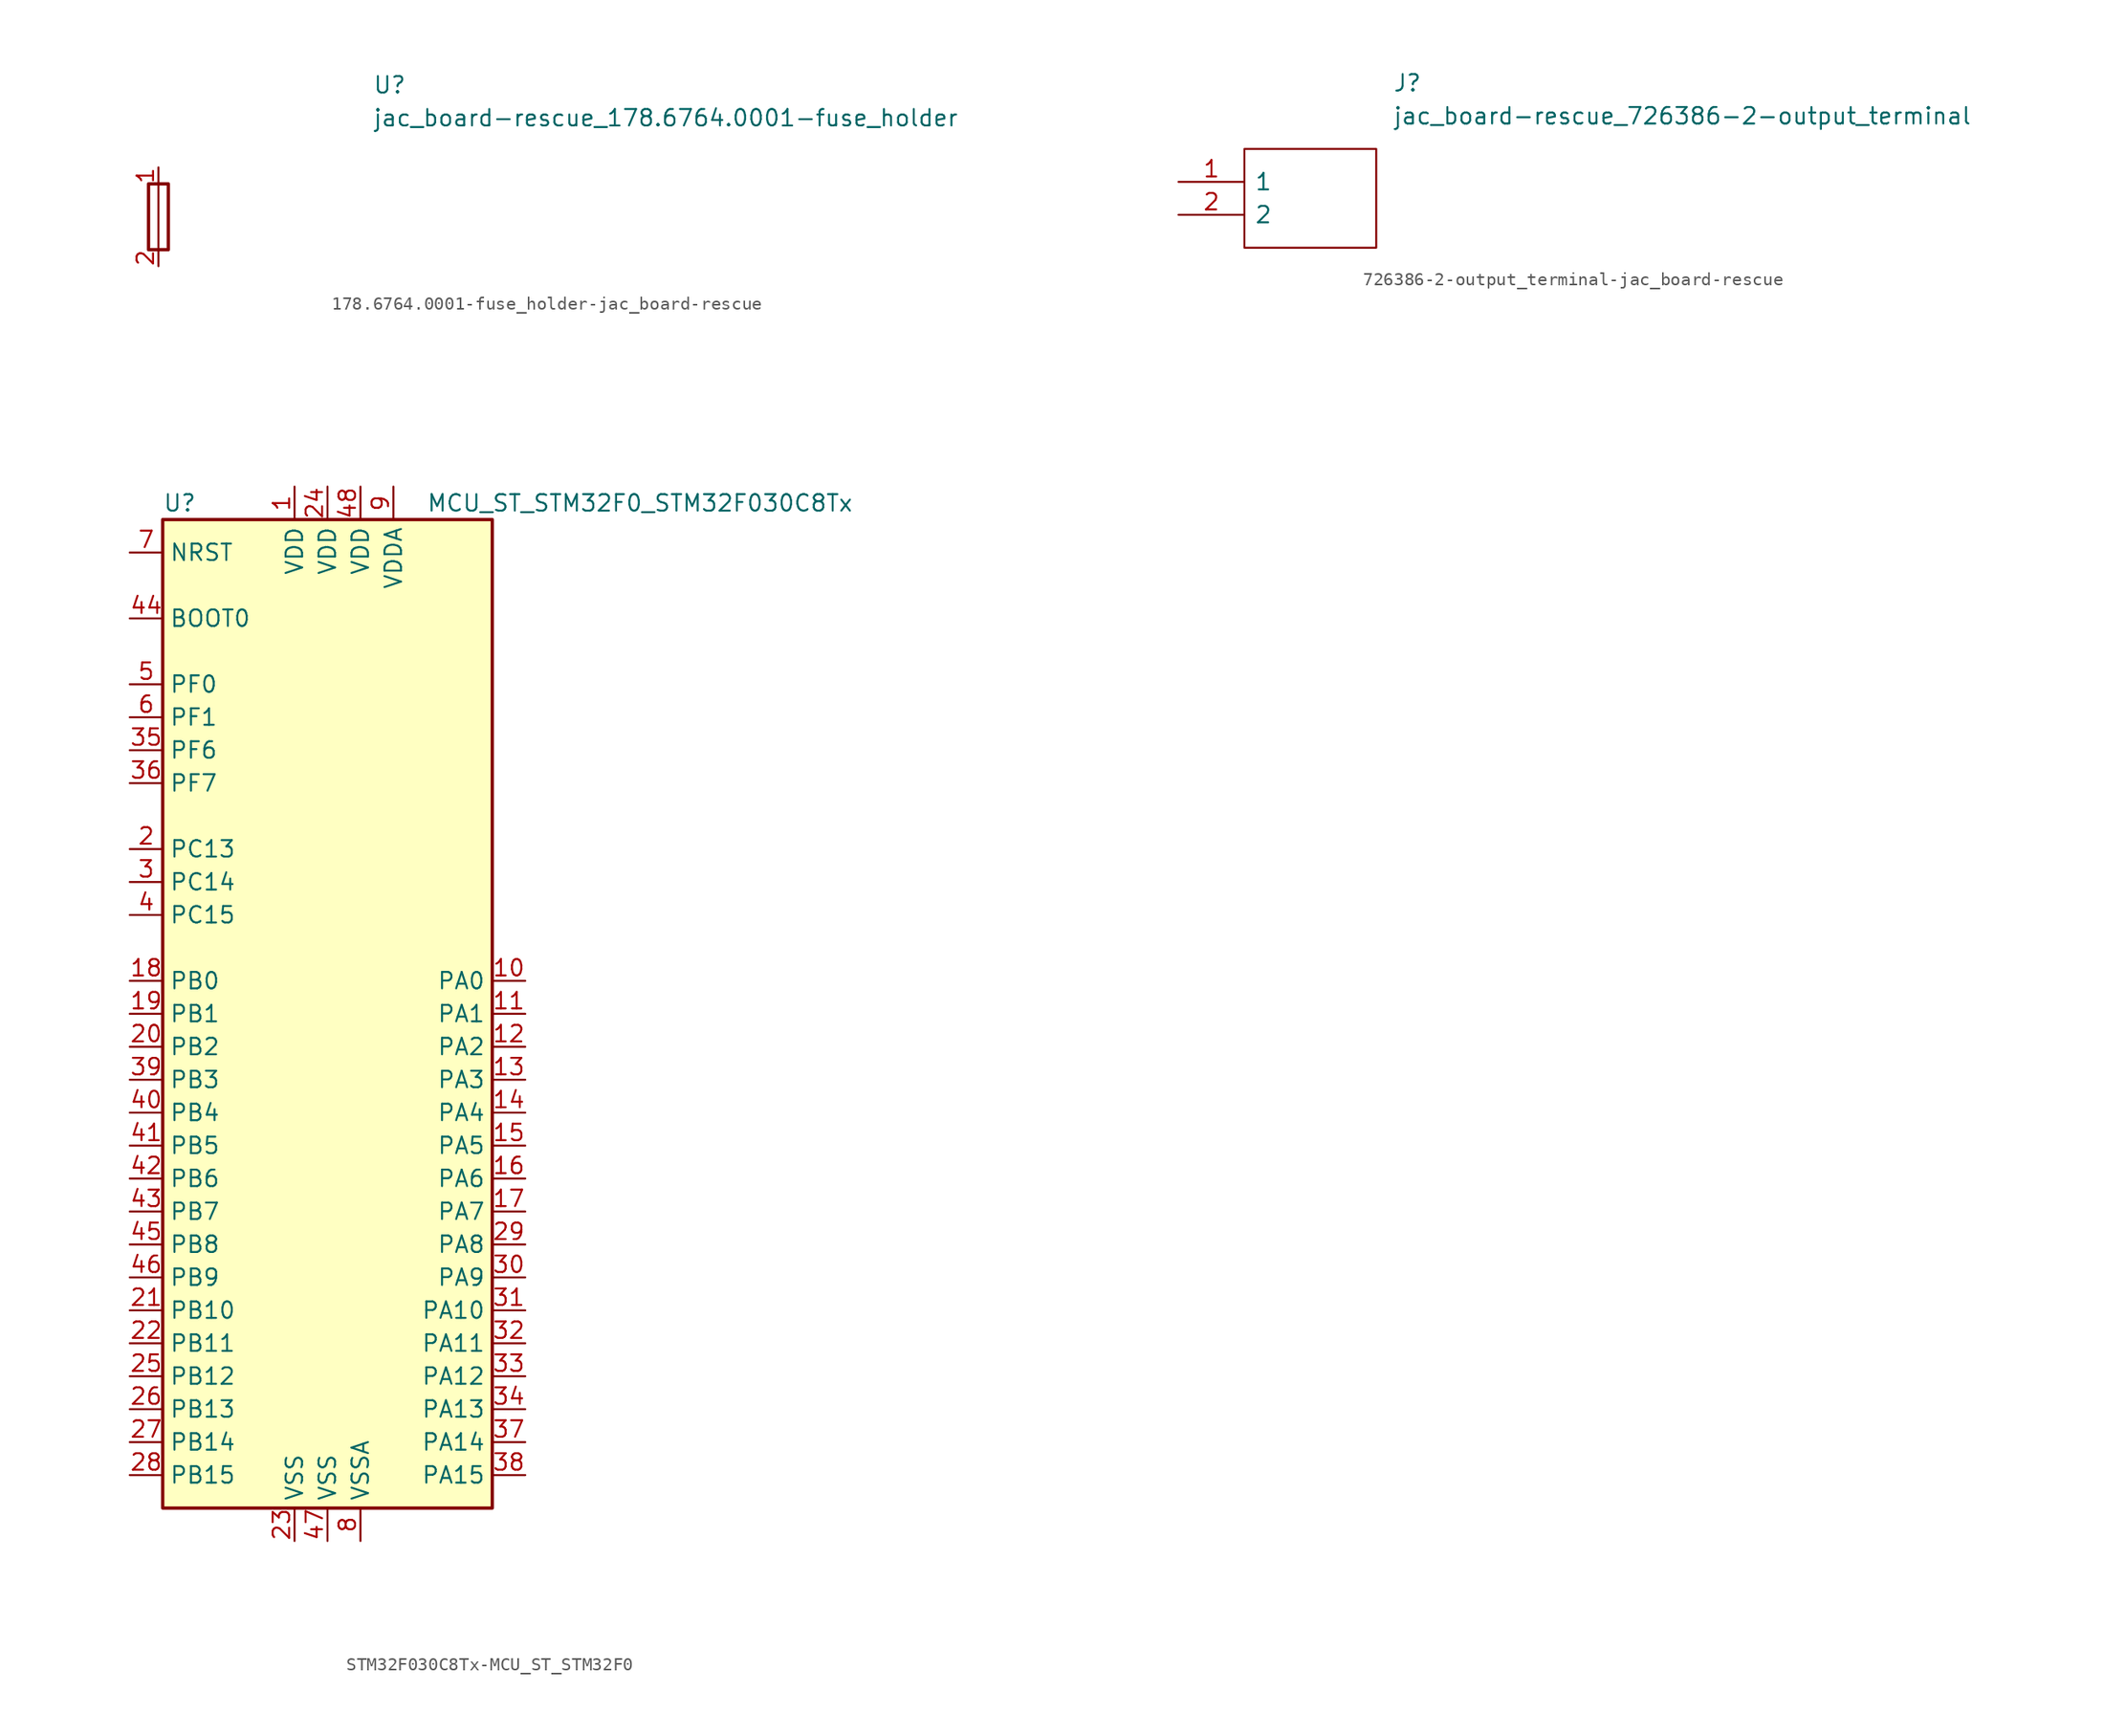
<source format=kicad_sym>
(kicad_symbol_lib
  (version 20220914)
  (generator kicad_symbol_editor)
  (symbol "178.6764.0001-fuse_holder-jac_board-rescue"
    (pin_names
      (offset 0.762))
    (property "Reference" "U"
      (at 16.51 7.62 0)
      (effects (font (size 1.27 1.27)) (justify left)))
    (property "Value" "jac_board-rescue_178.6764.0001-fuse_holder"
      (at 16.51 5.08 0)
      (effects (font (size 1.27 1.27)) (justify left)))
    (symbol "178.6764.0001-fuse_holder-jac_board-rescue_1_1"
      (rectangle (start -0.762 -5.08) (end 0.762 0) (stroke (width 0.254) (type solid)) (fill (type none)))
      (polyline (pts (xy 0 0) (xy 0 -5.08)) (stroke (width 0) (type solid)) (fill (type none)))
      (pin passive line (at 0 1.27 270) (length 1.27) (name "~" (effects (font (size 1.27 1.27)))) (number "1" (effects (font (size 1.27 1.27)))))
      (pin passive line (at 0 -6.35 90) (length 1.27) (name "~" (effects (font (size 1.27 1.27)))) (number "2" (effects (font (size 1.27 1.27)))))))
  (symbol "726386-2-output_terminal-jac_board-rescue"
    (pin_names
      (offset 0.762))
    (property "Reference" "J"
      (at 16.51 7.62 0)
      (effects (font (size 1.27 1.27)) (justify left)))
    (property "Value" "jac_board-rescue_726386-2-output_terminal"
      (at 16.51 5.08 0)
      (effects (font (size 1.27 1.27)) (justify left)))
    (symbol "726386-2-output_terminal-jac_board-rescue_0_0"
      (pin passive line (at 0 0 0) (length 5.08) (name "1" (effects (font (size 1.27 1.27)))) (number "1" (effects (font (size 1.27 1.27)))))
      (pin passive line (at 0 -2.54 0) (length 5.08) (name "2" (effects (font (size 1.27 1.27)))) (number "2" (effects (font (size 1.27 1.27))))))
    (symbol "726386-2-output_terminal-jac_board-rescue_0_1"
      (polyline (pts (xy 5.08 2.54) (xy 15.24 2.54) (xy 15.24 -5.08) (xy 5.08 -5.08) (xy 5.08 2.54)) (stroke (width 0.152) (type solid)) (fill (type none)))))
  (symbol "STM32F030C8Tx-MCU_ST_STM32F0"
    (property "Reference" "U"
      (at -12.7 39.37 0)
      (effects (font (size 1.27 1.27)) (justify left)))
    (property "Value" "MCU_ST_STM32F0_STM32F030C8Tx"
      (at 7.62 39.37 0)
      (effects (font (size 1.27 1.27)) (justify left)))
    (symbol "STM32F030C8Tx-MCU_ST_STM32F0_0_1"
      (rectangle (start -12.7 -38.1) (end 12.7 38.1) (stroke (width 0.254) (type solid)) (fill (type background))))
    (symbol "STM32F030C8Tx-MCU_ST_STM32F0_1_1"
      (pin power_in line (at -2.54 40.64 270) (length 2.54) (name "VDD" (effects (font (size 1.27 1.27)))) (number "1" (effects (font (size 1.27 1.27)))))
      (pin bidirectional line (at 15.24 2.54 180) (length 2.54) (name "PA0" (effects (font (size 1.27 1.27)))) (number "10" (effects (font (size 1.27 1.27)))))
      (pin bidirectional line (at 15.24 0 180) (length 2.54) (name "PA1" (effects (font (size 1.27 1.27)))) (number "11" (effects (font (size 1.27 1.27)))))
      (pin bidirectional line (at 15.24 -2.54 180) (length 2.54) (name "PA2" (effects (font (size 1.27 1.27)))) (number "12" (effects (font (size 1.27 1.27)))))
      (pin bidirectional line (at 15.24 -5.08 180) (length 2.54) (name "PA3" (effects (font (size 1.27 1.27)))) (number "13" (effects (font (size 1.27 1.27)))))
      (pin bidirectional line (at 15.24 -7.62 180) (length 2.54) (name "PA4" (effects (font (size 1.27 1.27)))) (number "14" (effects (font (size 1.27 1.27)))))
      (pin bidirectional line (at 15.24 -10.16 180) (length 2.54) (name "PA5" (effects (font (size 1.27 1.27)))) (number "15" (effects (font (size 1.27 1.27)))))
      (pin bidirectional line (at 15.24 -12.7 180) (length 2.54) (name "PA6" (effects (font (size 1.27 1.27)))) (number "16" (effects (font (size 1.27 1.27)))))
      (pin bidirectional line (at 15.24 -15.24 180) (length 2.54) (name "PA7" (effects (font (size 1.27 1.27)))) (number "17" (effects (font (size 1.27 1.27)))))
      (pin bidirectional line (at -15.24 2.54 0) (length 2.54) (name "PB0" (effects (font (size 1.27 1.27)))) (number "18" (effects (font (size 1.27 1.27)))))
      (pin bidirectional line (at -15.24 0 0) (length 2.54) (name "PB1" (effects (font (size 1.27 1.27)))) (number "19" (effects (font (size 1.27 1.27)))))
      (pin bidirectional line (at -15.24 12.7 0) (length 2.54) (name "PC13" (effects (font (size 1.27 1.27)))) (number "2" (effects (font (size 1.27 1.27)))))
      (pin bidirectional line (at -15.24 -2.54 0) (length 2.54) (name "PB2" (effects (font (size 1.27 1.27)))) (number "20" (effects (font (size 1.27 1.27)))))
      (pin bidirectional line (at -15.24 -22.86 0) (length 2.54) (name "PB10" (effects (font (size 1.27 1.27)))) (number "21" (effects (font (size 1.27 1.27)))))
      (pin bidirectional line (at -15.24 -25.4 0) (length 2.54) (name "PB11" (effects (font (size 1.27 1.27)))) (number "22" (effects (font (size 1.27 1.27)))))
      (pin power_in line (at -2.54 -40.64 90) (length 2.54) (name "VSS" (effects (font (size 1.27 1.27)))) (number "23" (effects (font (size 1.27 1.27)))))
      (pin power_in line (at 0 40.64 270) (length 2.54) (name "VDD" (effects (font (size 1.27 1.27)))) (number "24" (effects (font (size 1.27 1.27)))))
      (pin bidirectional line (at -15.24 -27.94 0) (length 2.54) (name "PB12" (effects (font (size 1.27 1.27)))) (number "25" (effects (font (size 1.27 1.27)))))
      (pin bidirectional line (at -15.24 -30.48 0) (length 2.54) (name "PB13" (effects (font (size 1.27 1.27)))) (number "26" (effects (font (size 1.27 1.27)))))
      (pin bidirectional line (at -15.24 -33.02 0) (length 2.54) (name "PB14" (effects (font (size 1.27 1.27)))) (number "27" (effects (font (size 1.27 1.27)))))
      (pin bidirectional line (at -15.24 -35.56 0) (length 2.54) (name "PB15" (effects (font (size 1.27 1.27)))) (number "28" (effects (font (size 1.27 1.27)))))
      (pin bidirectional line (at 15.24 -17.78 180) (length 2.54) (name "PA8" (effects (font (size 1.27 1.27)))) (number "29" (effects (font (size 1.27 1.27)))))
      (pin bidirectional line (at -15.24 10.16 0) (length 2.54) (name "PC14" (effects (font (size 1.27 1.27)))) (number "3" (effects (font (size 1.27 1.27)))))
      (pin bidirectional line (at 15.24 -20.32 180) (length 2.54) (name "PA9" (effects (font (size 1.27 1.27)))) (number "30" (effects (font (size 1.27 1.27)))))
      (pin bidirectional line (at 15.24 -22.86 180) (length 2.54) (name "PA10" (effects (font (size 1.27 1.27)))) (number "31" (effects (font (size 1.27 1.27)))))
      (pin bidirectional line (at 15.24 -25.4 180) (length 2.54) (name "PA11" (effects (font (size 1.27 1.27)))) (number "32" (effects (font (size 1.27 1.27)))))
      (pin bidirectional line (at 15.24 -27.94 180) (length 2.54) (name "PA12" (effects (font (size 1.27 1.27)))) (number "33" (effects (font (size 1.27 1.27)))))
      (pin bidirectional line (at 15.24 -30.48 180) (length 2.54) (name "PA13" (effects (font (size 1.27 1.27)))) (number "34" (effects (font (size 1.27 1.27)))))
      (pin bidirectional line (at -15.24 20.32 0) (length 2.54) (name "PF6" (effects (font (size 1.27 1.27)))) (number "35" (effects (font (size 1.27 1.27)))))
      (pin bidirectional line (at -15.24 17.78 0) (length 2.54) (name "PF7" (effects (font (size 1.27 1.27)))) (number "36" (effects (font (size 1.27 1.27)))))
      (pin bidirectional line (at 15.24 -33.02 180) (length 2.54) (name "PA14" (effects (font (size 1.27 1.27)))) (number "37" (effects (font (size 1.27 1.27)))))
      (pin bidirectional line (at 15.24 -35.56 180) (length 2.54) (name "PA15" (effects (font (size 1.27 1.27)))) (number "38" (effects (font (size 1.27 1.27)))))
      (pin bidirectional line (at -15.24 -5.08 0) (length 2.54) (name "PB3" (effects (font (size 1.27 1.27)))) (number "39" (effects (font (size 1.27 1.27)))))
      (pin bidirectional line (at -15.24 7.62 0) (length 2.54) (name "PC15" (effects (font (size 1.27 1.27)))) (number "4" (effects (font (size 1.27 1.27)))))
      (pin bidirectional line (at -15.24 -7.62 0) (length 2.54) (name "PB4" (effects (font (size 1.27 1.27)))) (number "40" (effects (font (size 1.27 1.27)))))
      (pin bidirectional line (at -15.24 -10.16 0) (length 2.54) (name "PB5" (effects (font (size 1.27 1.27)))) (number "41" (effects (font (size 1.27 1.27)))))
      (pin bidirectional line (at -15.24 -12.7 0) (length 2.54) (name "PB6" (effects (font (size 1.27 1.27)))) (number "42" (effects (font (size 1.27 1.27)))))
      (pin bidirectional line (at -15.24 -15.24 0) (length 2.54) (name "PB7" (effects (font (size 1.27 1.27)))) (number "43" (effects (font (size 1.27 1.27)))))
      (pin input line (at -15.24 30.48 0) (length 2.54) (name "BOOT0" (effects (font (size 1.27 1.27)))) (number "44" (effects (font (size 1.27 1.27)))))
      (pin bidirectional line (at -15.24 -17.78 0) (length 2.54) (name "PB8" (effects (font (size 1.27 1.27)))) (number "45" (effects (font (size 1.27 1.27)))))
      (pin bidirectional line (at -15.24 -20.32 0) (length 2.54) (name "PB9" (effects (font (size 1.27 1.27)))) (number "46" (effects (font (size 1.27 1.27)))))
      (pin power_in line (at 0 -40.64 90) (length 2.54) (name "VSS" (effects (font (size 1.27 1.27)))) (number "47" (effects (font (size 1.27 1.27)))))
      (pin power_in line (at 2.54 40.64 270) (length 2.54) (name "VDD" (effects (font (size 1.27 1.27)))) (number "48" (effects (font (size 1.27 1.27)))))
      (pin input line (at -15.24 25.4 0) (length 2.54) (name "PF0" (effects (font (size 1.27 1.27)))) (number "5" (effects (font (size 1.27 1.27)))))
      (pin input line (at -15.24 22.86 0) (length 2.54) (name "PF1" (effects (font (size 1.27 1.27)))) (number "6" (effects (font (size 1.27 1.27)))))
      (pin input line (at -15.24 35.56 0) (length 2.54) (name "NRST" (effects (font (size 1.27 1.27)))) (number "7" (effects (font (size 1.27 1.27)))))
      (pin power_in line (at 2.54 -40.64 90) (length 2.54) (name "VSSA" (effects (font (size 1.27 1.27)))) (number "8" (effects (font (size 1.27 1.27)))))
      (pin power_in line (at 5.08 40.64 270) (length 2.54) (name "VDDA" (effects (font (size 1.27 1.27)))) (number "9" (effects (font (size 1.27 1.27))))))))
</source>
